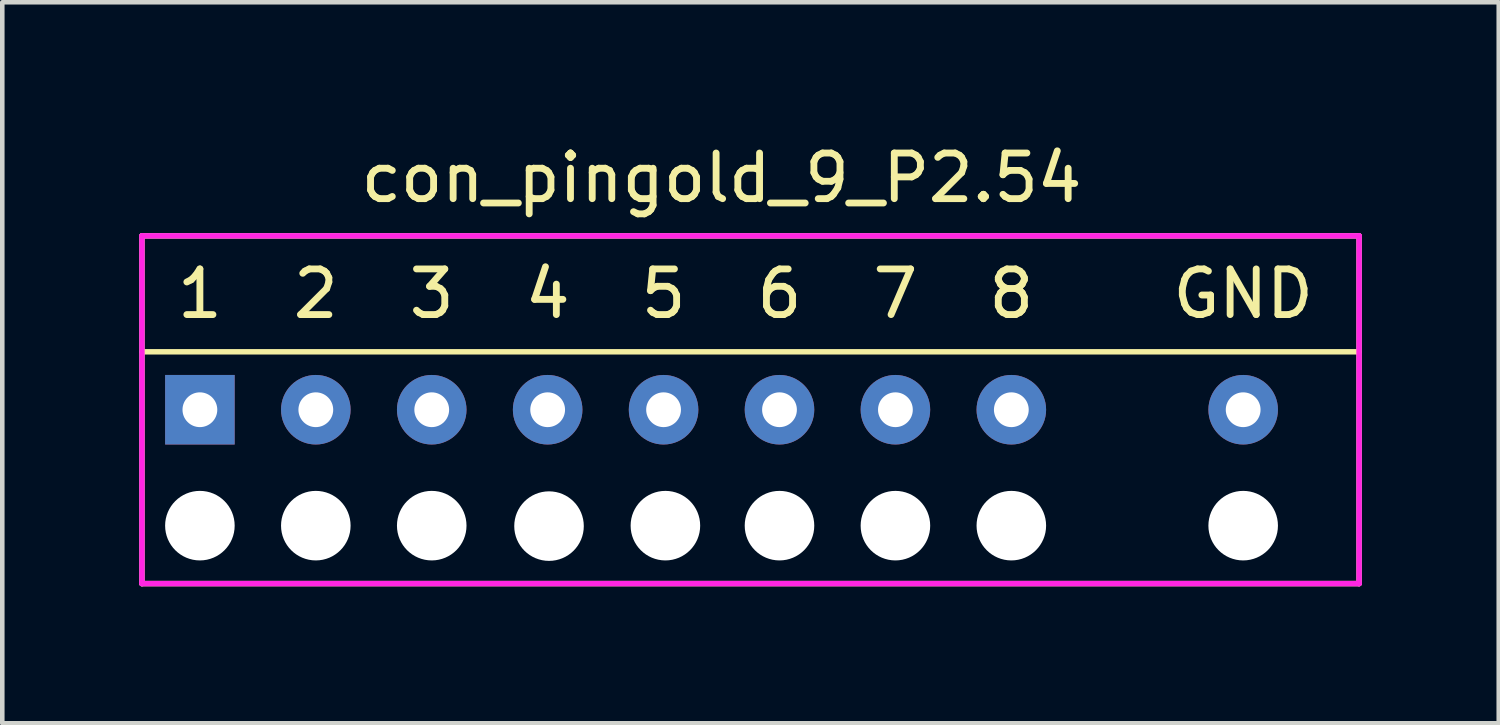
<source format=kicad_pcb>
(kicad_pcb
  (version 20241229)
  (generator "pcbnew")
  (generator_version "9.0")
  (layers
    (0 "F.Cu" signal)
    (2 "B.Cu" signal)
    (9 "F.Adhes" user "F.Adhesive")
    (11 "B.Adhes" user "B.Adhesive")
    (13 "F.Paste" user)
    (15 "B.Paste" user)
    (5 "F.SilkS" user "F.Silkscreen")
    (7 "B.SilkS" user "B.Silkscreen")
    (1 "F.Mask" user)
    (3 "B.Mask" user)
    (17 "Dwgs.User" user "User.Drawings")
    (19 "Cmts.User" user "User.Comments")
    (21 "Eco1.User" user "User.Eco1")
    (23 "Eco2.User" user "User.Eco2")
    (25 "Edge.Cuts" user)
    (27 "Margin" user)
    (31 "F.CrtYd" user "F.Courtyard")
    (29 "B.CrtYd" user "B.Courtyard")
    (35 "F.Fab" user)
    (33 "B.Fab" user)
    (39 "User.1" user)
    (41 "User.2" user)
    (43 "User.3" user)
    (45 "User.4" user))
  (footprint "con_pingold_9_P2.54"
    (layer "F.Cu")
    (at 1.33 5.928)
    (property "Reference" "con_pingold_9_P2.54" (at 11.43 -5.08 0) (layer "F.SilkS") (effects (font (size 1 1) (thickness 0.15))))
    (attr through_hole)
    (fp_line (start -1.27 -3.81) (end 25.4 -3.81) (stroke (width 0.12) (type solid)) (layer "F.SilkS"))
    (fp_line (start -1.27 -1.27) (end 25.4 -1.27) (stroke (width 0.12) (type solid)) (layer "F.SilkS"))
    (fp_line (start -1.27 3.81) (end -1.27 -3.81) (stroke (width 0.12) (type solid)) (layer "F.SilkS"))
    (fp_line (start 25.4 -3.81) (end 25.4 3.81) (stroke (width 0.12) (type solid)) (layer "F.SilkS"))
    (fp_line (start 25.4 3.81) (end -1.27 3.81) (stroke (width 0.12) (type solid)) (layer "F.SilkS"))
    (fp_line (start -1.27 -3.81) (end 25.4 -3.81) (stroke (width 0.12) (type solid)) (layer "F.CrtYd"))
    (fp_line (start -1.27 3.81) (end -1.27 -3.81) (stroke (width 0.12) (type solid)) (layer "F.CrtYd"))
    (fp_line (start 25.4 -3.81) (end 25.4 3.81) (stroke (width 0.12) (type solid)) (layer "F.CrtYd"))
    (fp_line (start 25.4 3.81) (end -1.27 3.81) (stroke (width 0.12) (type solid)) (layer "F.CrtYd"))
    (fp_text user "3" (at 5.08 -2.54 0) (layer "F.SilkS") (effects (font (size 1 1) (thickness 0.15))))
    (fp_text user "5" (at 10.16 -2.54 0) (layer "F.SilkS") (effects (font (size 1 1) (thickness 0.15))))
    (fp_text user "2" (at 2.54 -2.54 0) (layer "F.SilkS") (effects (font (size 1 1) (thickness 0.15))))
    (fp_text user "7" (at 15.24 -2.54 0) (layer "F.SilkS") (effects (font (size 1 1) (thickness 0.15))))
    (fp_text user "4" (at 7.62 -2.54 0) (layer "F.SilkS") (effects (font (size 1 1) (thickness 0.15))))
    (fp_text user "GND" (at 22.86 -2.54 0) (unlocked yes) (layer "F.SilkS") (effects (font (size 1 1) (thickness 0.15))))
    (fp_text user "1" (at 0 -2.54 0) (layer "F.SilkS") (effects (font (size 1 1) (thickness 0.15))))
    (fp_text user "6" (at 12.7 -2.54 0) (layer "F.SilkS") (effects (font (size 1 1) (thickness 0.15))))
    (fp_text user "8" (at 17.78 -2.54 0) (layer "F.SilkS") (effects (font (size 1 1) (thickness 0.15))))
    (pad "" np_thru_hole circle (at 0 2.54) (size 1.524 1.524) (drill 1.524) (layers "*.Cu" "*.Mask"))
    (pad "" np_thru_hole circle (at 2.54 2.54) (size 1.524 1.524) (drill 1.524) (layers "*.Cu" "*.Mask"))
    (pad "" np_thru_hole circle (at 5.08 2.54) (size 1.524 1.524) (drill 1.524) (layers "*.Cu" "*.Mask"))
    (pad "" np_thru_hole circle (at 7.65 2.55) (size 1.524 1.524) (drill 1.524) (layers "*.Cu" "*.Mask"))
    (pad "" np_thru_hole circle (at 10.2 2.54) (size 1.524 1.524) (drill 1.524) (layers "*.Cu" "*.Mask"))
    (pad "" np_thru_hole circle (at 12.7 2.54) (size 1.524 1.524) (drill 1.524) (layers "*.Cu" "*.Mask"))
    (pad "" np_thru_hole circle (at 15.24 2.54) (size 1.524 1.524) (drill 1.524) (layers "*.Cu" "*.Mask"))
    (pad "" np_thru_hole circle (at 17.78 2.54) (size 1.524 1.524) (drill 1.524) (layers "*.Cu" "*.Mask"))
    (pad "" np_thru_hole circle (at 22.86 2.54) (size 1.524 1.524) (drill 1.524) (layers "*.Cu" "*.Mask"))
    (pad "1" thru_hole rect (at 0 0) (size 1.524 1.524) (drill 0.762) (layers "*.Cu" "*.Mask"))
    (pad "2" thru_hole circle (at 2.54 0) (size 1.524 1.524) (drill 0.762) (layers "*.Cu" "*.Mask"))
    (pad "3" thru_hole circle (at 5.08 0) (size 1.524 1.524) (drill 0.762) (layers "*.Cu" "*.Mask"))
    (pad "4" thru_hole circle (at 7.62 0) (size 1.524 1.524) (drill 0.762) (layers "*.Cu" "*.Mask"))
    (pad "5" thru_hole circle (at 10.16 0) (size 1.524 1.524) (drill 0.762) (layers "*.Cu" "*.Mask"))
    (pad "6" thru_hole circle (at 12.7 0) (size 1.524 1.524) (drill 0.762) (layers "*.Cu" "*.Mask"))
    (pad "7" thru_hole circle (at 15.24 0) (size 1.524 1.524) (drill 0.762) (layers "*.Cu" "*.Mask"))
    (pad "8" thru_hole circle (at 17.78 0) (size 1.524 1.524) (drill 0.762) (layers "*.Cu" "*.Mask"))
    (pad "9" thru_hole circle (at 22.86 0) (size 1.524 1.524) (drill 0.762) (layers "*.Cu" "*.Mask")))
  (gr_rect
    (start -3 -3)
    (end 29.79 12.798)
    (stroke (width 0.1) (type default))
    (fill no)
    (layer "Edge.Cuts")))
</source>
